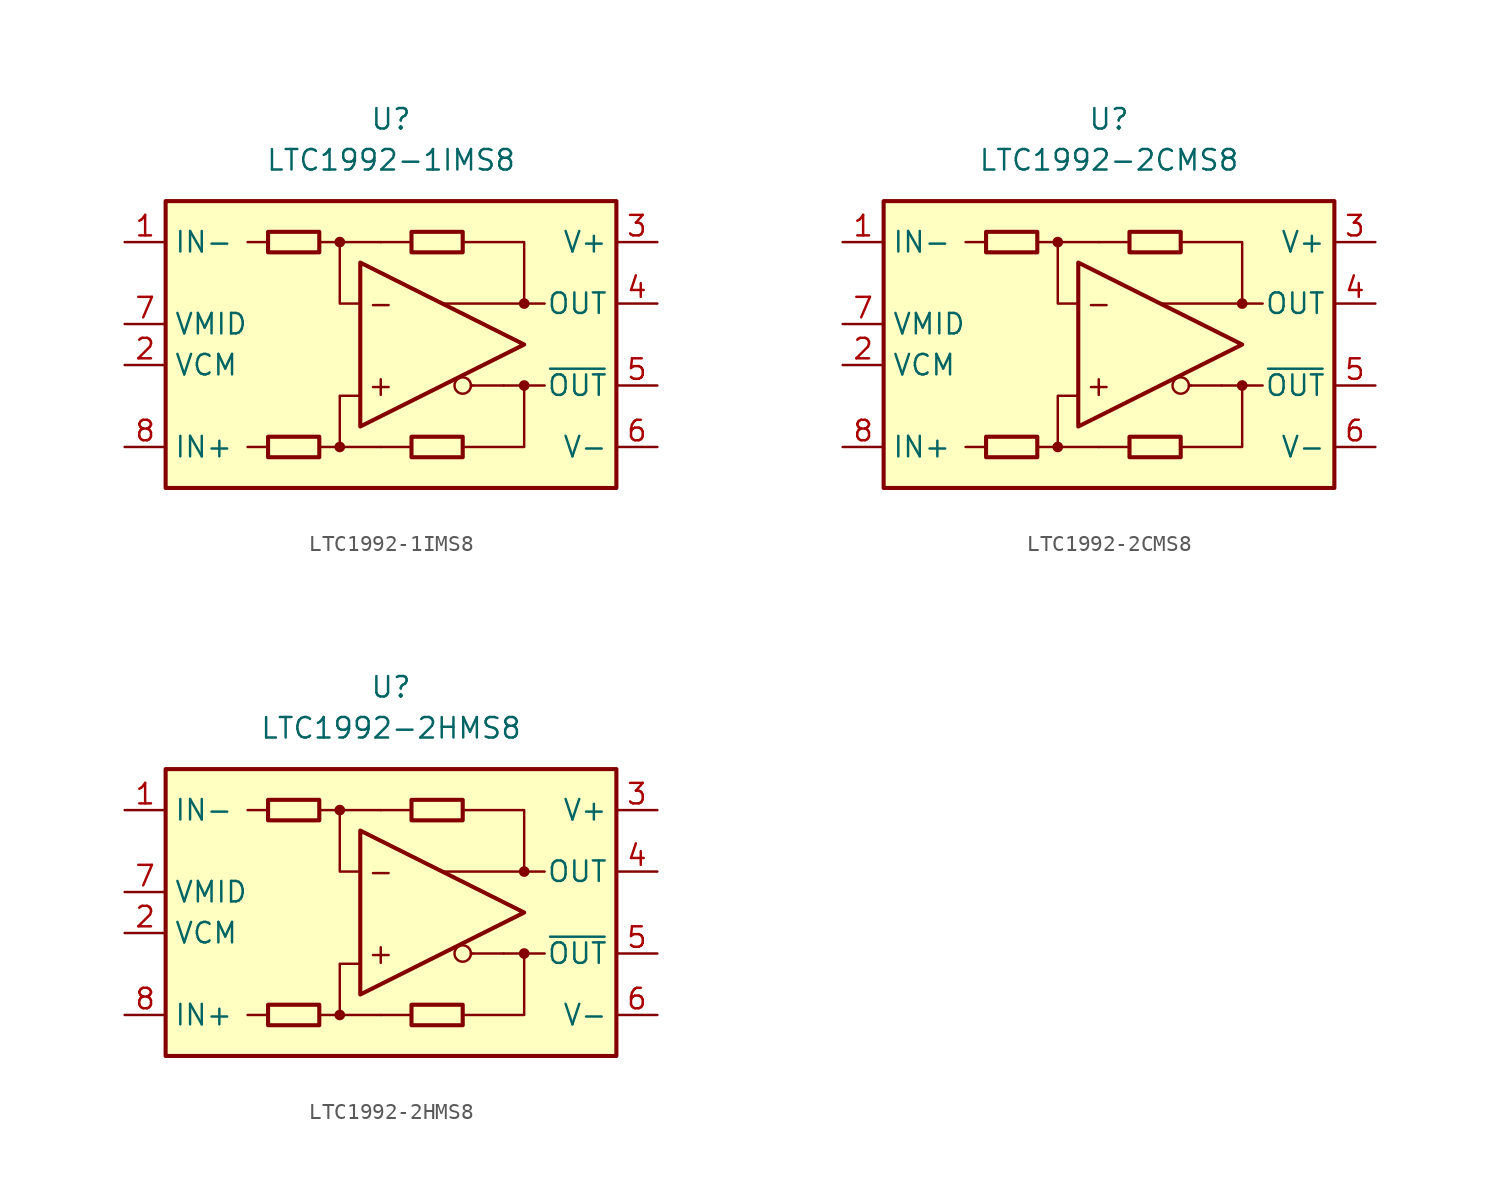
<source format=kicad_sym>
(kicad_symbol_lib
  (version 20211014)
  (generator kicad_symbol_editor)
  (symbol "LTC1992-1IMS8"
    (property "Reference" "U"
      (at 0 13.97 0)
      (effects (font (size 1.27 1.27))))
    (property "Value" "LTC1992-1IMS8"
      (at 0 11.43 0)
      (effects (font (size 1.27 1.27))))
    (symbol "LTC1992-1IMS8_0_0"
      (rectangle (start -13.97 8.89) (end 13.97 -8.89) (stroke (width 0.254) (type default) (color 0 0 0 0)) (fill (type background)))
      (circle (center -3.175 -6.35) (radius 0.254) (stroke (width 0.152) (type default) (color 0 0 0 0)) (fill (type outline)))
      (circle (center -3.175 6.35) (radius 0.254) (stroke (width 0.152) (type default) (color 0 0 0 0)) (fill (type outline)))
      (polyline (pts (xy -7.62 -6.35) (xy -8.89 -6.35)) (stroke (width 0.152) (type default) (color 0 0 0 0)) (fill (type none)))
      (polyline (pts (xy -7.62 6.35) (xy -8.89 6.35)) (stroke (width 0.152) (type default) (color 0 0 0 0)) (fill (type none)))
      (polyline (pts (xy -3.175 6.35) (xy -0.635 6.35)) (stroke (width 0.152) (type default) (color 0 0 0 0)) (fill (type none)))
      (polyline (pts (xy -0.635 -6.35) (xy -3.175 -6.35)) (stroke (width 0.152) (type default) (color 0 0 0 0)) (fill (type none)))
      (polyline (pts (xy 1.27 -6.35) (xy -0.635 -6.35)) (stroke (width 0.152) (type default) (color 0 0 0 0)) (fill (type none)))
      (polyline (pts (xy 1.27 6.35) (xy -0.635 6.35)) (stroke (width 0.152) (type default) (color 0 0 0 0)) (fill (type none)))
      (polyline (pts (xy 5.08 -2.54) (xy 4.953 -2.54)) (stroke (width 0.152) (type default) (color 0 0 0 0)) (fill (type none)))
      (polyline (pts (xy 6.985 -2.54) (xy 5.08 -2.54)) (stroke (width 0.152) (type default) (color 0 0 0 0)) (fill (type none)))
      (polyline (pts (xy 8.255 -2.54) (xy 9.525 -2.54)) (stroke (width 0.152) (type default) (color 0 0 0 0)) (fill (type none)))
      (polyline (pts (xy 8.255 2.54) (xy 9.525 2.54)) (stroke (width 0.152) (type default) (color 0 0 0 0)) (fill (type none)))
      (polyline (pts (xy -4.445 -6.35) (xy -3.175 -6.35) (xy -3.175 -3.175) (xy -1.905 -3.175)) (stroke (width 0.152) (type default) (color 0 0 0 0)) (fill (type none)))
      (polyline (pts (xy -1.905 2.54) (xy -3.175 2.54) (xy -3.175 6.35) (xy -4.445 6.35)) (stroke (width 0.152) (type default) (color 0 0 0 0)) (fill (type none)))
      (polyline (pts (xy 4.445 6.35) (xy 8.255 6.35) (xy 8.255 2.54) (xy 3.175 2.54)) (stroke (width 0.152) (type default) (color 0 0 0 0)) (fill (type none)))
      (polyline (pts (xy 6.985 -2.54) (xy 8.255 -2.54) (xy 8.255 -6.35) (xy 4.445 -6.35)) (stroke (width 0.152) (type default) (color 0 0 0 0)) (fill (type none)))
      (circle (center 4.445 -2.54) (radius 0.508) (stroke (width 0.152) (type default) (color 0 0 0 0)) (fill (type none)))
      (circle (center 8.255 -2.54) (radius 0.254) (stroke (width 0.152) (type default) (color 0 0 0 0)) (fill (type outline)))
      (circle (center 8.255 2.54) (radius 0.254) (stroke (width 0.152) (type default) (color 0 0 0 0)) (fill (type outline)))
      (text "+" (at -0.635 -2.54 0) (effects (font (size 1.27 1.27))))
      (text "-" (at -0.635 2.54 0) (effects (font (size 1.27 1.27)))))
    (symbol "LTC1992-1IMS8_0_1"
      (rectangle (start -7.62 -5.715) (end -4.445 -6.985) (stroke (width 0.254) (type default) (color 0 0 0 0)) (fill (type none)))
      (rectangle (start -7.62 6.985) (end -4.445 5.715) (stroke (width 0.254) (type default) (color 0 0 0 0)) (fill (type none)))
      (polyline (pts (xy -1.905 5.08) (xy -1.905 -5.08) (xy 8.255 0) (xy -1.905 5.08)) (stroke (width 0.254) (type default) (color 0 0 0 0)) (fill (type none)))
      (rectangle (start 1.27 -5.715) (end 4.445 -6.985) (stroke (width 0.254) (type default) (color 0 0 0 0)) (fill (type none)))
      (rectangle (start 1.27 6.985) (end 4.445 5.715) (stroke (width 0.254) (type default) (color 0 0 0 0)) (fill (type none))))
    (symbol "LTC1992-1IMS8_1_1"
      (pin input line (at -16.51 6.35 0) (length 2.54) (name "IN-" (effects (font (size 1.27 1.27)))) (number "1" (effects (font (size 1.27 1.27)))))
      (pin input line (at -16.51 -1.27 0) (length 2.54) (name "VCM" (effects (font (size 1.27 1.27)))) (number "2" (effects (font (size 1.27 1.27)))))
      (pin power_in line (at 16.51 6.35 180) (length 2.54) (name "V+" (effects (font (size 1.27 1.27)))) (number "3" (effects (font (size 1.27 1.27)))))
      (pin output line (at 16.51 2.54 180) (length 2.54) (name "OUT" (effects (font (size 1.27 1.27)))) (number "4" (effects (font (size 1.27 1.27)))))
      (pin output line (at 16.51 -2.54 180) (length 2.54) (name "~{OUT}" (effects (font (size 1.27 1.27)))) (number "5" (effects (font (size 1.27 1.27)))))
      (pin power_in line (at 16.51 -6.35 180) (length 2.54) (name "V-" (effects (font (size 1.27 1.27)))) (number "6" (effects (font (size 1.27 1.27)))))
      (pin output line (at -16.51 1.27 0) (length 2.54) (name "VMID" (effects (font (size 1.27 1.27)))) (number "7" (effects (font (size 1.27 1.27)))))
      (pin input line (at -16.51 -6.35 0) (length 2.54) (name "IN+" (effects (font (size 1.27 1.27)))) (number "8" (effects (font (size 1.27 1.27)))))))
  (symbol "LTC1992-2CMS8"
    (property "Reference" "U"
      (at 0 13.97 0)
      (effects (font (size 1.27 1.27))))
    (property "Value" "LTC1992-2CMS8"
      (at 0 11.43 0)
      (effects (font (size 1.27 1.27))))
    (symbol "LTC1992-2CMS8_0_0"
      (rectangle (start -13.97 8.89) (end 13.97 -8.89) (stroke (width 0.254) (type default) (color 0 0 0 0)) (fill (type background)))
      (circle (center -3.175 -6.35) (radius 0.254) (stroke (width 0.152) (type default) (color 0 0 0 0)) (fill (type outline)))
      (circle (center -3.175 6.35) (radius 0.254) (stroke (width 0.152) (type default) (color 0 0 0 0)) (fill (type outline)))
      (polyline (pts (xy -7.62 -6.35) (xy -8.89 -6.35)) (stroke (width 0.152) (type default) (color 0 0 0 0)) (fill (type none)))
      (polyline (pts (xy -7.62 6.35) (xy -8.89 6.35)) (stroke (width 0.152) (type default) (color 0 0 0 0)) (fill (type none)))
      (polyline (pts (xy -3.175 6.35) (xy -0.635 6.35)) (stroke (width 0.152) (type default) (color 0 0 0 0)) (fill (type none)))
      (polyline (pts (xy -0.635 -6.35) (xy -3.175 -6.35)) (stroke (width 0.152) (type default) (color 0 0 0 0)) (fill (type none)))
      (polyline (pts (xy 1.27 -6.35) (xy -0.635 -6.35)) (stroke (width 0.152) (type default) (color 0 0 0 0)) (fill (type none)))
      (polyline (pts (xy 1.27 6.35) (xy -0.635 6.35)) (stroke (width 0.152) (type default) (color 0 0 0 0)) (fill (type none)))
      (polyline (pts (xy 5.08 -2.54) (xy 4.953 -2.54)) (stroke (width 0.152) (type default) (color 0 0 0 0)) (fill (type none)))
      (polyline (pts (xy 6.985 -2.54) (xy 5.08 -2.54)) (stroke (width 0.152) (type default) (color 0 0 0 0)) (fill (type none)))
      (polyline (pts (xy 8.255 -2.54) (xy 9.525 -2.54)) (stroke (width 0.152) (type default) (color 0 0 0 0)) (fill (type none)))
      (polyline (pts (xy 8.255 2.54) (xy 9.525 2.54)) (stroke (width 0.152) (type default) (color 0 0 0 0)) (fill (type none)))
      (polyline (pts (xy -4.445 -6.35) (xy -3.175 -6.35) (xy -3.175 -3.175) (xy -1.905 -3.175)) (stroke (width 0.152) (type default) (color 0 0 0 0)) (fill (type none)))
      (polyline (pts (xy -1.905 2.54) (xy -3.175 2.54) (xy -3.175 6.35) (xy -4.445 6.35)) (stroke (width 0.152) (type default) (color 0 0 0 0)) (fill (type none)))
      (polyline (pts (xy 4.445 6.35) (xy 8.255 6.35) (xy 8.255 2.54) (xy 3.175 2.54)) (stroke (width 0.152) (type default) (color 0 0 0 0)) (fill (type none)))
      (polyline (pts (xy 6.985 -2.54) (xy 8.255 -2.54) (xy 8.255 -6.35) (xy 4.445 -6.35)) (stroke (width 0.152) (type default) (color 0 0 0 0)) (fill (type none)))
      (circle (center 4.445 -2.54) (radius 0.508) (stroke (width 0.152) (type default) (color 0 0 0 0)) (fill (type none)))
      (circle (center 8.255 -2.54) (radius 0.254) (stroke (width 0.152) (type default) (color 0 0 0 0)) (fill (type outline)))
      (circle (center 8.255 2.54) (radius 0.254) (stroke (width 0.152) (type default) (color 0 0 0 0)) (fill (type outline)))
      (text "+" (at -0.635 -2.54 0) (effects (font (size 1.27 1.27))))
      (text "-" (at -0.635 2.54 0) (effects (font (size 1.27 1.27)))))
    (symbol "LTC1992-2CMS8_0_1"
      (rectangle (start -7.62 -5.715) (end -4.445 -6.985) (stroke (width 0.254) (type default) (color 0 0 0 0)) (fill (type none)))
      (rectangle (start -7.62 6.985) (end -4.445 5.715) (stroke (width 0.254) (type default) (color 0 0 0 0)) (fill (type none)))
      (polyline (pts (xy -1.905 5.08) (xy -1.905 -5.08) (xy 8.255 0) (xy -1.905 5.08)) (stroke (width 0.254) (type default) (color 0 0 0 0)) (fill (type none)))
      (rectangle (start 1.27 -5.715) (end 4.445 -6.985) (stroke (width 0.254) (type default) (color 0 0 0 0)) (fill (type none)))
      (rectangle (start 1.27 6.985) (end 4.445 5.715) (stroke (width 0.254) (type default) (color 0 0 0 0)) (fill (type none))))
    (symbol "LTC1992-2CMS8_1_1"
      (pin input line (at -16.51 6.35 0) (length 2.54) (name "IN-" (effects (font (size 1.27 1.27)))) (number "1" (effects (font (size 1.27 1.27)))))
      (pin input line (at -16.51 -1.27 0) (length 2.54) (name "VCM" (effects (font (size 1.27 1.27)))) (number "2" (effects (font (size 1.27 1.27)))))
      (pin power_in line (at 16.51 6.35 180) (length 2.54) (name "V+" (effects (font (size 1.27 1.27)))) (number "3" (effects (font (size 1.27 1.27)))))
      (pin output line (at 16.51 2.54 180) (length 2.54) (name "OUT" (effects (font (size 1.27 1.27)))) (number "4" (effects (font (size 1.27 1.27)))))
      (pin output line (at 16.51 -2.54 180) (length 2.54) (name "~{OUT}" (effects (font (size 1.27 1.27)))) (number "5" (effects (font (size 1.27 1.27)))))
      (pin power_in line (at 16.51 -6.35 180) (length 2.54) (name "V-" (effects (font (size 1.27 1.27)))) (number "6" (effects (font (size 1.27 1.27)))))
      (pin output line (at -16.51 1.27 0) (length 2.54) (name "VMID" (effects (font (size 1.27 1.27)))) (number "7" (effects (font (size 1.27 1.27)))))
      (pin input line (at -16.51 -6.35 0) (length 2.54) (name "IN+" (effects (font (size 1.27 1.27)))) (number "8" (effects (font (size 1.27 1.27)))))))
  (symbol "LTC1992-2HMS8"
    (property "Reference" "U"
      (at 0 13.97 0)
      (effects (font (size 1.27 1.27))))
    (property "Value" "LTC1992-2HMS8"
      (at 0 11.43 0)
      (effects (font (size 1.27 1.27))))
    (symbol "LTC1992-2HMS8_0_0"
      (rectangle (start -13.97 8.89) (end 13.97 -8.89) (stroke (width 0.254) (type default) (color 0 0 0 0)) (fill (type background)))
      (circle (center -3.175 -6.35) (radius 0.254) (stroke (width 0.152) (type default) (color 0 0 0 0)) (fill (type outline)))
      (circle (center -3.175 6.35) (radius 0.254) (stroke (width 0.152) (type default) (color 0 0 0 0)) (fill (type outline)))
      (polyline (pts (xy -7.62 -6.35) (xy -8.89 -6.35)) (stroke (width 0.152) (type default) (color 0 0 0 0)) (fill (type none)))
      (polyline (pts (xy -7.62 6.35) (xy -8.89 6.35)) (stroke (width 0.152) (type default) (color 0 0 0 0)) (fill (type none)))
      (polyline (pts (xy -3.175 6.35) (xy -0.635 6.35)) (stroke (width 0.152) (type default) (color 0 0 0 0)) (fill (type none)))
      (polyline (pts (xy -0.635 -6.35) (xy -3.175 -6.35)) (stroke (width 0.152) (type default) (color 0 0 0 0)) (fill (type none)))
      (polyline (pts (xy 1.27 -6.35) (xy -0.635 -6.35)) (stroke (width 0.152) (type default) (color 0 0 0 0)) (fill (type none)))
      (polyline (pts (xy 1.27 6.35) (xy -0.635 6.35)) (stroke (width 0.152) (type default) (color 0 0 0 0)) (fill (type none)))
      (polyline (pts (xy 5.08 -2.54) (xy 4.953 -2.54)) (stroke (width 0.152) (type default) (color 0 0 0 0)) (fill (type none)))
      (polyline (pts (xy 6.985 -2.54) (xy 5.08 -2.54)) (stroke (width 0.152) (type default) (color 0 0 0 0)) (fill (type none)))
      (polyline (pts (xy 8.255 -2.54) (xy 9.525 -2.54)) (stroke (width 0.152) (type default) (color 0 0 0 0)) (fill (type none)))
      (polyline (pts (xy 8.255 2.54) (xy 9.525 2.54)) (stroke (width 0.152) (type default) (color 0 0 0 0)) (fill (type none)))
      (polyline (pts (xy -4.445 -6.35) (xy -3.175 -6.35) (xy -3.175 -3.175) (xy -1.905 -3.175)) (stroke (width 0.152) (type default) (color 0 0 0 0)) (fill (type none)))
      (polyline (pts (xy -1.905 2.54) (xy -3.175 2.54) (xy -3.175 6.35) (xy -4.445 6.35)) (stroke (width 0.152) (type default) (color 0 0 0 0)) (fill (type none)))
      (polyline (pts (xy 4.445 6.35) (xy 8.255 6.35) (xy 8.255 2.54) (xy 3.175 2.54)) (stroke (width 0.152) (type default) (color 0 0 0 0)) (fill (type none)))
      (polyline (pts (xy 6.985 -2.54) (xy 8.255 -2.54) (xy 8.255 -6.35) (xy 4.445 -6.35)) (stroke (width 0.152) (type default) (color 0 0 0 0)) (fill (type none)))
      (circle (center 4.445 -2.54) (radius 0.508) (stroke (width 0.152) (type default) (color 0 0 0 0)) (fill (type none)))
      (circle (center 8.255 -2.54) (radius 0.254) (stroke (width 0.152) (type default) (color 0 0 0 0)) (fill (type outline)))
      (circle (center 8.255 2.54) (radius 0.254) (stroke (width 0.152) (type default) (color 0 0 0 0)) (fill (type outline)))
      (text "+" (at -0.635 -2.54 0) (effects (font (size 1.27 1.27))))
      (text "-" (at -0.635 2.54 0) (effects (font (size 1.27 1.27)))))
    (symbol "LTC1992-2HMS8_0_1"
      (rectangle (start -7.62 -5.715) (end -4.445 -6.985) (stroke (width 0.254) (type default) (color 0 0 0 0)) (fill (type none)))
      (rectangle (start -7.62 6.985) (end -4.445 5.715) (stroke (width 0.254) (type default) (color 0 0 0 0)) (fill (type none)))
      (polyline (pts (xy -1.905 5.08) (xy -1.905 -5.08) (xy 8.255 0) (xy -1.905 5.08)) (stroke (width 0.254) (type default) (color 0 0 0 0)) (fill (type none)))
      (rectangle (start 1.27 -5.715) (end 4.445 -6.985) (stroke (width 0.254) (type default) (color 0 0 0 0)) (fill (type none)))
      (rectangle (start 1.27 6.985) (end 4.445 5.715) (stroke (width 0.254) (type default) (color 0 0 0 0)) (fill (type none))))
    (symbol "LTC1992-2HMS8_1_1"
      (pin input line (at -16.51 6.35 0) (length 2.54) (name "IN-" (effects (font (size 1.27 1.27)))) (number "1" (effects (font (size 1.27 1.27)))))
      (pin input line (at -16.51 -1.27 0) (length 2.54) (name "VCM" (effects (font (size 1.27 1.27)))) (number "2" (effects (font (size 1.27 1.27)))))
      (pin power_in line (at 16.51 6.35 180) (length 2.54) (name "V+" (effects (font (size 1.27 1.27)))) (number "3" (effects (font (size 1.27 1.27)))))
      (pin output line (at 16.51 2.54 180) (length 2.54) (name "OUT" (effects (font (size 1.27 1.27)))) (number "4" (effects (font (size 1.27 1.27)))))
      (pin output line (at 16.51 -2.54 180) (length 2.54) (name "~{OUT}" (effects (font (size 1.27 1.27)))) (number "5" (effects (font (size 1.27 1.27)))))
      (pin power_in line (at 16.51 -6.35 180) (length 2.54) (name "V-" (effects (font (size 1.27 1.27)))) (number "6" (effects (font (size 1.27 1.27)))))
      (pin output line (at -16.51 1.27 0) (length 2.54) (name "VMID" (effects (font (size 1.27 1.27)))) (number "7" (effects (font (size 1.27 1.27)))))
      (pin input line (at -16.51 -6.35 0) (length 2.54) (name "IN+" (effects (font (size 1.27 1.27)))) (number "8" (effects (font (size 1.27 1.27))))))))
</source>
